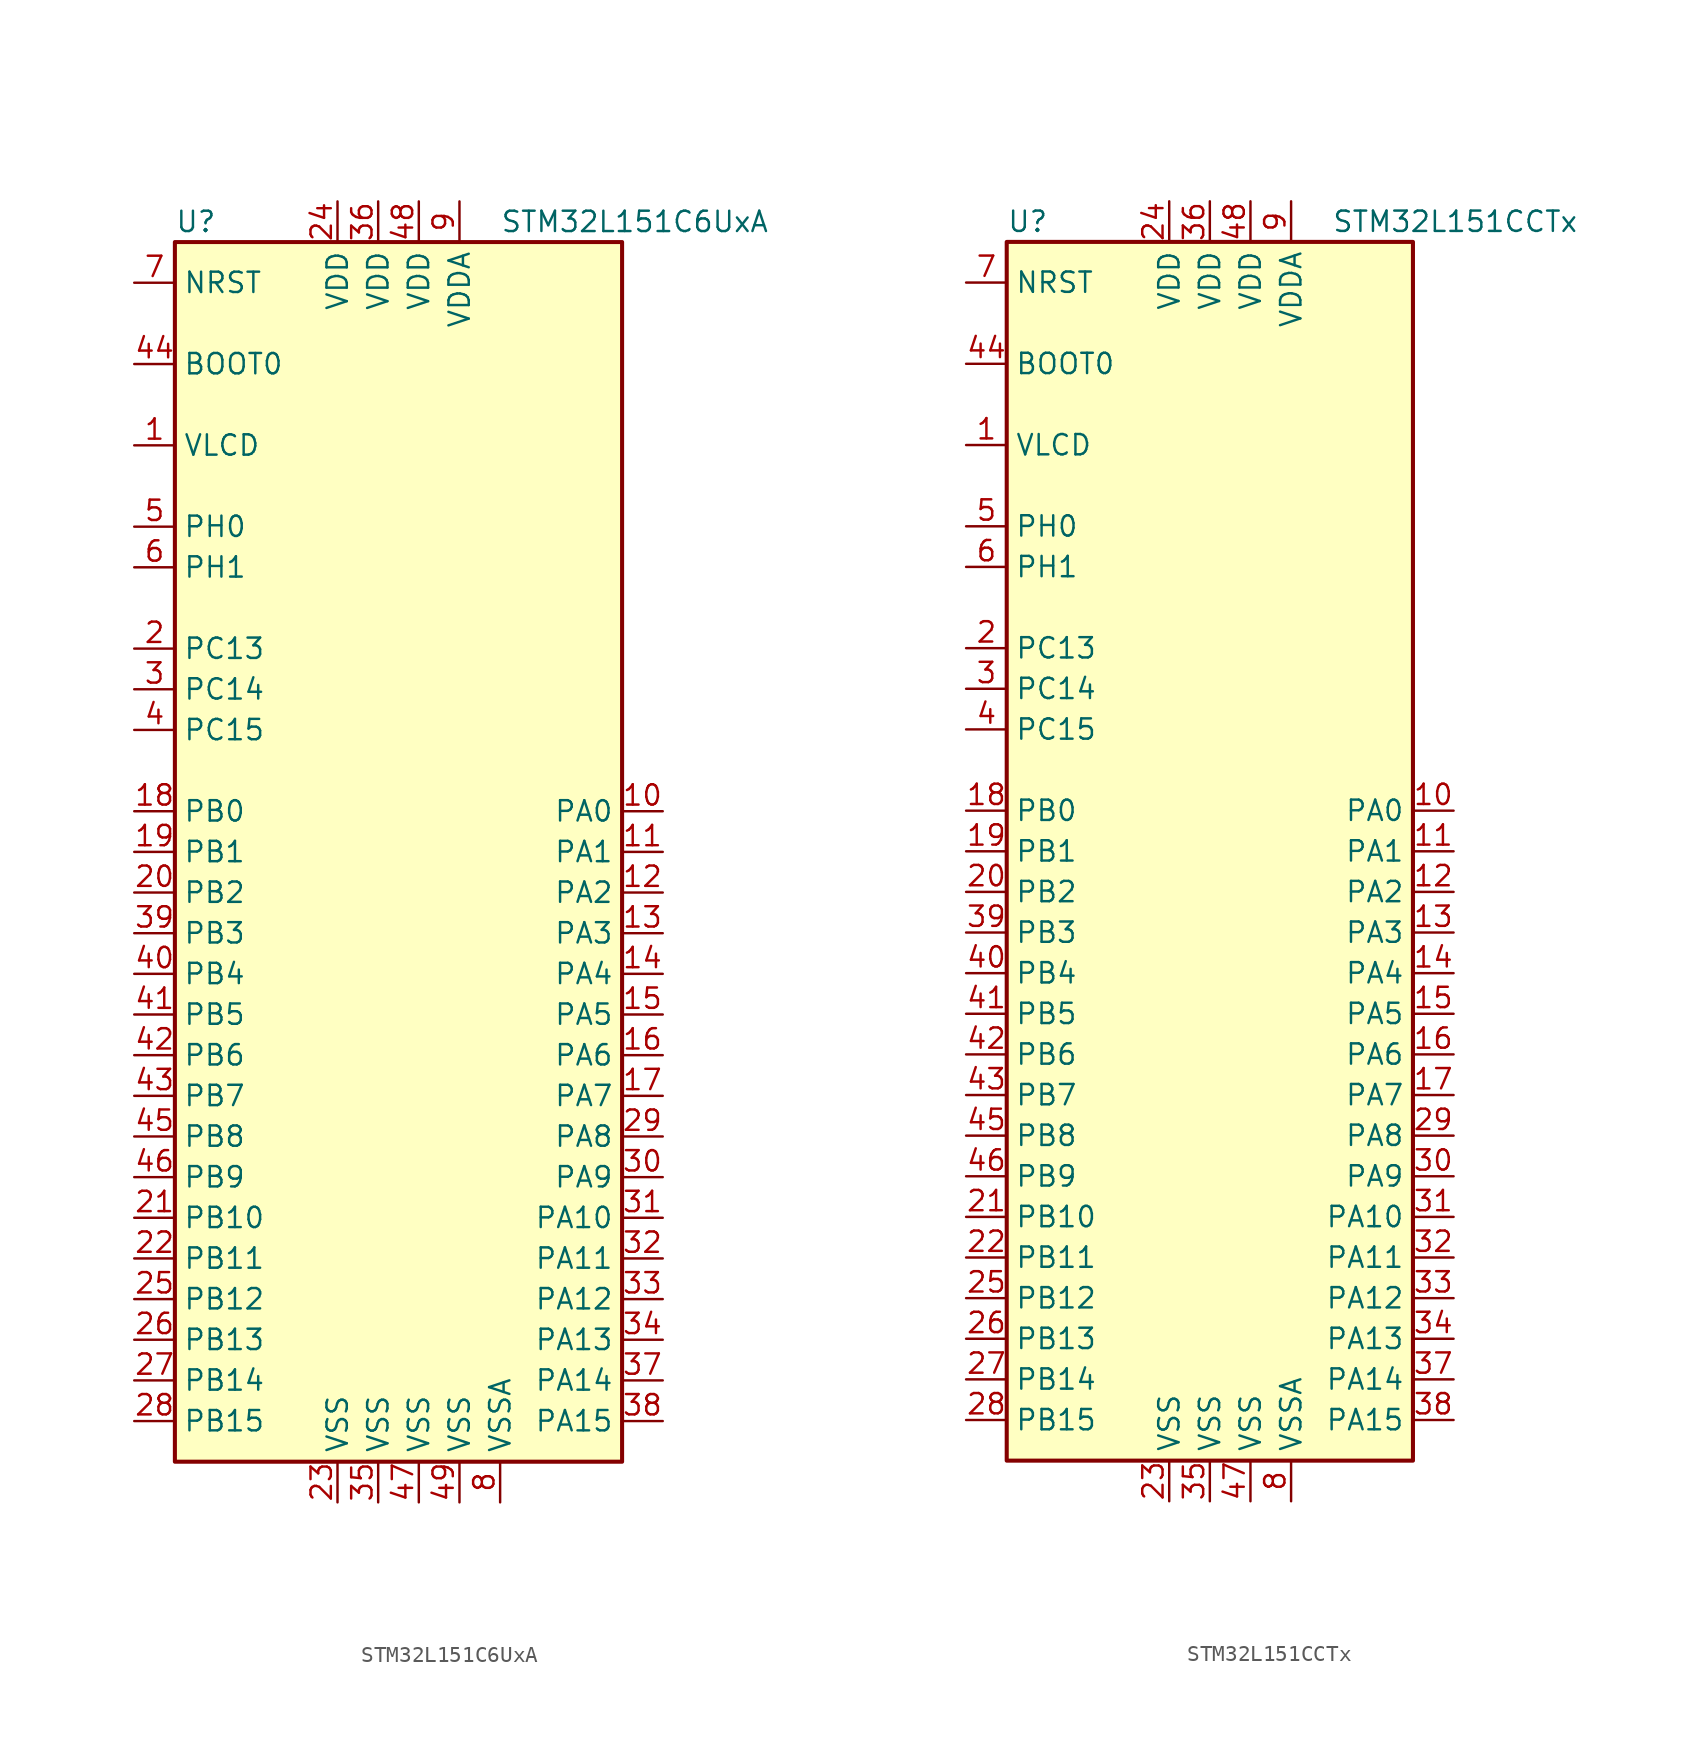
<source format=kicad_sym>
(kicad_symbol_lib
  (version 20201005)
  (generator kicad_symbol_editor)
  (symbol "STM32L151C6UxA"
    (property "Reference" "U"
      (at -15.24 39.37 0)
      (effects (font (size 1.27 1.27)) (justify left)))
    (property "Value" "STM32L151C6UxA"
      (at 5.08 39.37 0)
      (effects (font (size 1.27 1.27)) (justify left)))
    (symbol "STM32L151C6UxA_0_1"
      (rectangle (start -15.24 -38.1) (end 12.7 38.1) (stroke (width 0.254)) (fill (type background))))
    (symbol "STM32L151C6UxA_1_1"
      (pin power_in line (at -17.78 25.4 0) (length 2.54) (name "VLCD" (effects (font (size 1.27 1.27)))) (number "1" (effects (font (size 1.27 1.27)))))
      (pin bidirectional line (at 15.24 2.54 180) (length 2.54) (name "PA0" (effects (font (size 1.27 1.27)))) (number "10" (effects (font (size 1.27 1.27)))))
      (pin bidirectional line (at 15.24 0 180) (length 2.54) (name "PA1" (effects (font (size 1.27 1.27)))) (number "11" (effects (font (size 1.27 1.27)))))
      (pin bidirectional line (at 15.24 -2.54 180) (length 2.54) (name "PA2" (effects (font (size 1.27 1.27)))) (number "12" (effects (font (size 1.27 1.27)))))
      (pin bidirectional line (at 15.24 -5.08 180) (length 2.54) (name "PA3" (effects (font (size 1.27 1.27)))) (number "13" (effects (font (size 1.27 1.27)))))
      (pin bidirectional line (at 15.24 -7.62 180) (length 2.54) (name "PA4" (effects (font (size 1.27 1.27)))) (number "14" (effects (font (size 1.27 1.27)))))
      (pin bidirectional line (at 15.24 -10.16 180) (length 2.54) (name "PA5" (effects (font (size 1.27 1.27)))) (number "15" (effects (font (size 1.27 1.27)))))
      (pin bidirectional line (at 15.24 -12.7 180) (length 2.54) (name "PA6" (effects (font (size 1.27 1.27)))) (number "16" (effects (font (size 1.27 1.27)))))
      (pin bidirectional line (at 15.24 -15.24 180) (length 2.54) (name "PA7" (effects (font (size 1.27 1.27)))) (number "17" (effects (font (size 1.27 1.27)))))
      (pin bidirectional line (at -17.78 2.54 0) (length 2.54) (name "PB0" (effects (font (size 1.27 1.27)))) (number "18" (effects (font (size 1.27 1.27)))))
      (pin bidirectional line (at -17.78 0 0) (length 2.54) (name "PB1" (effects (font (size 1.27 1.27)))) (number "19" (effects (font (size 1.27 1.27)))))
      (pin bidirectional line (at -17.78 12.7 0) (length 2.54) (name "PC13" (effects (font (size 1.27 1.27)))) (number "2" (effects (font (size 1.27 1.27)))))
      (pin bidirectional line (at -17.78 -2.54 0) (length 2.54) (name "PB2" (effects (font (size 1.27 1.27)))) (number "20" (effects (font (size 1.27 1.27)))))
      (pin bidirectional line (at -17.78 -22.86 0) (length 2.54) (name "PB10" (effects (font (size 1.27 1.27)))) (number "21" (effects (font (size 1.27 1.27)))))
      (pin bidirectional line (at -17.78 -25.4 0) (length 2.54) (name "PB11" (effects (font (size 1.27 1.27)))) (number "22" (effects (font (size 1.27 1.27)))))
      (pin power_in line (at -5.08 -40.64 90) (length 2.54) (name "VSS" (effects (font (size 1.27 1.27)))) (number "23" (effects (font (size 1.27 1.27)))))
      (pin power_in line (at -5.08 40.64 270) (length 2.54) (name "VDD" (effects (font (size 1.27 1.27)))) (number "24" (effects (font (size 1.27 1.27)))))
      (pin bidirectional line (at -17.78 -27.94 0) (length 2.54) (name "PB12" (effects (font (size 1.27 1.27)))) (number "25" (effects (font (size 1.27 1.27)))))
      (pin bidirectional line (at -17.78 -30.48 0) (length 2.54) (name "PB13" (effects (font (size 1.27 1.27)))) (number "26" (effects (font (size 1.27 1.27)))))
      (pin bidirectional line (at -17.78 -33.02 0) (length 2.54) (name "PB14" (effects (font (size 1.27 1.27)))) (number "27" (effects (font (size 1.27 1.27)))))
      (pin bidirectional line (at -17.78 -35.56 0) (length 2.54) (name "PB15" (effects (font (size 1.27 1.27)))) (number "28" (effects (font (size 1.27 1.27)))))
      (pin bidirectional line (at 15.24 -17.78 180) (length 2.54) (name "PA8" (effects (font (size 1.27 1.27)))) (number "29" (effects (font (size 1.27 1.27)))))
      (pin bidirectional line (at -17.78 10.16 0) (length 2.54) (name "PC14" (effects (font (size 1.27 1.27)))) (number "3" (effects (font (size 1.27 1.27)))))
      (pin bidirectional line (at 15.24 -20.32 180) (length 2.54) (name "PA9" (effects (font (size 1.27 1.27)))) (number "30" (effects (font (size 1.27 1.27)))))
      (pin bidirectional line (at 15.24 -22.86 180) (length 2.54) (name "PA10" (effects (font (size 1.27 1.27)))) (number "31" (effects (font (size 1.27 1.27)))))
      (pin bidirectional line (at 15.24 -25.4 180) (length 2.54) (name "PA11" (effects (font (size 1.27 1.27)))) (number "32" (effects (font (size 1.27 1.27)))))
      (pin bidirectional line (at 15.24 -27.94 180) (length 2.54) (name "PA12" (effects (font (size 1.27 1.27)))) (number "33" (effects (font (size 1.27 1.27)))))
      (pin bidirectional line (at 15.24 -30.48 180) (length 2.54) (name "PA13" (effects (font (size 1.27 1.27)))) (number "34" (effects (font (size 1.27 1.27)))))
      (pin power_in line (at -2.54 -40.64 90) (length 2.54) (name "VSS" (effects (font (size 1.27 1.27)))) (number "35" (effects (font (size 1.27 1.27)))))
      (pin power_in line (at -2.54 40.64 270) (length 2.54) (name "VDD" (effects (font (size 1.27 1.27)))) (number "36" (effects (font (size 1.27 1.27)))))
      (pin bidirectional line (at 15.24 -33.02 180) (length 2.54) (name "PA14" (effects (font (size 1.27 1.27)))) (number "37" (effects (font (size 1.27 1.27)))))
      (pin bidirectional line (at 15.24 -35.56 180) (length 2.54) (name "PA15" (effects (font (size 1.27 1.27)))) (number "38" (effects (font (size 1.27 1.27)))))
      (pin bidirectional line (at -17.78 -5.08 0) (length 2.54) (name "PB3" (effects (font (size 1.27 1.27)))) (number "39" (effects (font (size 1.27 1.27)))))
      (pin bidirectional line (at -17.78 7.62 0) (length 2.54) (name "PC15" (effects (font (size 1.27 1.27)))) (number "4" (effects (font (size 1.27 1.27)))))
      (pin bidirectional line (at -17.78 -7.62 0) (length 2.54) (name "PB4" (effects (font (size 1.27 1.27)))) (number "40" (effects (font (size 1.27 1.27)))))
      (pin bidirectional line (at -17.78 -10.16 0) (length 2.54) (name "PB5" (effects (font (size 1.27 1.27)))) (number "41" (effects (font (size 1.27 1.27)))))
      (pin bidirectional line (at -17.78 -12.7 0) (length 2.54) (name "PB6" (effects (font (size 1.27 1.27)))) (number "42" (effects (font (size 1.27 1.27)))))
      (pin bidirectional line (at -17.78 -15.24 0) (length 2.54) (name "PB7" (effects (font (size 1.27 1.27)))) (number "43" (effects (font (size 1.27 1.27)))))
      (pin input line (at -17.78 30.48 0) (length 2.54) (name "BOOT0" (effects (font (size 1.27 1.27)))) (number "44" (effects (font (size 1.27 1.27)))))
      (pin bidirectional line (at -17.78 -17.78 0) (length 2.54) (name "PB8" (effects (font (size 1.27 1.27)))) (number "45" (effects (font (size 1.27 1.27)))))
      (pin bidirectional line (at -17.78 -20.32 0) (length 2.54) (name "PB9" (effects (font (size 1.27 1.27)))) (number "46" (effects (font (size 1.27 1.27)))))
      (pin power_in line (at 0 -40.64 90) (length 2.54) (name "VSS" (effects (font (size 1.27 1.27)))) (number "47" (effects (font (size 1.27 1.27)))))
      (pin power_in line (at 0 40.64 270) (length 2.54) (name "VDD" (effects (font (size 1.27 1.27)))) (number "48" (effects (font (size 1.27 1.27)))))
      (pin power_in line (at 2.54 -40.64 90) (length 2.54) (name "VSS" (effects (font (size 1.27 1.27)))) (number "49" (effects (font (size 1.27 1.27)))))
      (pin input line (at -17.78 20.32 0) (length 2.54) (name "PH0" (effects (font (size 1.27 1.27)))) (number "5" (effects (font (size 1.27 1.27)))))
      (pin input line (at -17.78 17.78 0) (length 2.54) (name "PH1" (effects (font (size 1.27 1.27)))) (number "6" (effects (font (size 1.27 1.27)))))
      (pin input line (at -17.78 35.56 0) (length 2.54) (name "NRST" (effects (font (size 1.27 1.27)))) (number "7" (effects (font (size 1.27 1.27)))))
      (pin power_in line (at 5.08 -40.64 90) (length 2.54) (name "VSSA" (effects (font (size 1.27 1.27)))) (number "8" (effects (font (size 1.27 1.27)))))
      (pin power_in line (at 2.54 40.64 270) (length 2.54) (name "VDDA" (effects (font (size 1.27 1.27)))) (number "9" (effects (font (size 1.27 1.27)))))))
  (symbol "STM32L151CCTx"
    (property "Reference" "U"
      (at -12.7 39.37 0)
      (effects (font (size 1.27 1.27)) (justify left)))
    (property "Value" "STM32L151CCTx"
      (at 7.62 39.37 0)
      (effects (font (size 1.27 1.27)) (justify left)))
    (symbol "STM32L151CCTx_0_1"
      (rectangle (start -12.7 -38.1) (end 12.7 38.1) (stroke (width 0.254)) (fill (type background))))
    (symbol "STM32L151CCTx_1_1"
      (pin power_in line (at -15.24 25.4 0) (length 2.54) (name "VLCD" (effects (font (size 1.27 1.27)))) (number "1" (effects (font (size 1.27 1.27)))))
      (pin bidirectional line (at 15.24 2.54 180) (length 2.54) (name "PA0" (effects (font (size 1.27 1.27)))) (number "10" (effects (font (size 1.27 1.27)))))
      (pin bidirectional line (at 15.24 0 180) (length 2.54) (name "PA1" (effects (font (size 1.27 1.27)))) (number "11" (effects (font (size 1.27 1.27)))))
      (pin bidirectional line (at 15.24 -2.54 180) (length 2.54) (name "PA2" (effects (font (size 1.27 1.27)))) (number "12" (effects (font (size 1.27 1.27)))))
      (pin bidirectional line (at 15.24 -5.08 180) (length 2.54) (name "PA3" (effects (font (size 1.27 1.27)))) (number "13" (effects (font (size 1.27 1.27)))))
      (pin bidirectional line (at 15.24 -7.62 180) (length 2.54) (name "PA4" (effects (font (size 1.27 1.27)))) (number "14" (effects (font (size 1.27 1.27)))))
      (pin bidirectional line (at 15.24 -10.16 180) (length 2.54) (name "PA5" (effects (font (size 1.27 1.27)))) (number "15" (effects (font (size 1.27 1.27)))))
      (pin bidirectional line (at 15.24 -12.7 180) (length 2.54) (name "PA6" (effects (font (size 1.27 1.27)))) (number "16" (effects (font (size 1.27 1.27)))))
      (pin bidirectional line (at 15.24 -15.24 180) (length 2.54) (name "PA7" (effects (font (size 1.27 1.27)))) (number "17" (effects (font (size 1.27 1.27)))))
      (pin bidirectional line (at -15.24 2.54 0) (length 2.54) (name "PB0" (effects (font (size 1.27 1.27)))) (number "18" (effects (font (size 1.27 1.27)))))
      (pin bidirectional line (at -15.24 0 0) (length 2.54) (name "PB1" (effects (font (size 1.27 1.27)))) (number "19" (effects (font (size 1.27 1.27)))))
      (pin bidirectional line (at -15.24 12.7 0) (length 2.54) (name "PC13" (effects (font (size 1.27 1.27)))) (number "2" (effects (font (size 1.27 1.27)))))
      (pin bidirectional line (at -15.24 -2.54 0) (length 2.54) (name "PB2" (effects (font (size 1.27 1.27)))) (number "20" (effects (font (size 1.27 1.27)))))
      (pin bidirectional line (at -15.24 -22.86 0) (length 2.54) (name "PB10" (effects (font (size 1.27 1.27)))) (number "21" (effects (font (size 1.27 1.27)))))
      (pin bidirectional line (at -15.24 -25.4 0) (length 2.54) (name "PB11" (effects (font (size 1.27 1.27)))) (number "22" (effects (font (size 1.27 1.27)))))
      (pin power_in line (at -2.54 -40.64 90) (length 2.54) (name "VSS" (effects (font (size 1.27 1.27)))) (number "23" (effects (font (size 1.27 1.27)))))
      (pin power_in line (at -2.54 40.64 270) (length 2.54) (name "VDD" (effects (font (size 1.27 1.27)))) (number "24" (effects (font (size 1.27 1.27)))))
      (pin bidirectional line (at -15.24 -27.94 0) (length 2.54) (name "PB12" (effects (font (size 1.27 1.27)))) (number "25" (effects (font (size 1.27 1.27)))))
      (pin bidirectional line (at -15.24 -30.48 0) (length 2.54) (name "PB13" (effects (font (size 1.27 1.27)))) (number "26" (effects (font (size 1.27 1.27)))))
      (pin bidirectional line (at -15.24 -33.02 0) (length 2.54) (name "PB14" (effects (font (size 1.27 1.27)))) (number "27" (effects (font (size 1.27 1.27)))))
      (pin bidirectional line (at -15.24 -35.56 0) (length 2.54) (name "PB15" (effects (font (size 1.27 1.27)))) (number "28" (effects (font (size 1.27 1.27)))))
      (pin bidirectional line (at 15.24 -17.78 180) (length 2.54) (name "PA8" (effects (font (size 1.27 1.27)))) (number "29" (effects (font (size 1.27 1.27)))))
      (pin bidirectional line (at -15.24 10.16 0) (length 2.54) (name "PC14" (effects (font (size 1.27 1.27)))) (number "3" (effects (font (size 1.27 1.27)))))
      (pin bidirectional line (at 15.24 -20.32 180) (length 2.54) (name "PA9" (effects (font (size 1.27 1.27)))) (number "30" (effects (font (size 1.27 1.27)))))
      (pin bidirectional line (at 15.24 -22.86 180) (length 2.54) (name "PA10" (effects (font (size 1.27 1.27)))) (number "31" (effects (font (size 1.27 1.27)))))
      (pin bidirectional line (at 15.24 -25.4 180) (length 2.54) (name "PA11" (effects (font (size 1.27 1.27)))) (number "32" (effects (font (size 1.27 1.27)))))
      (pin bidirectional line (at 15.24 -27.94 180) (length 2.54) (name "PA12" (effects (font (size 1.27 1.27)))) (number "33" (effects (font (size 1.27 1.27)))))
      (pin bidirectional line (at 15.24 -30.48 180) (length 2.54) (name "PA13" (effects (font (size 1.27 1.27)))) (number "34" (effects (font (size 1.27 1.27)))))
      (pin power_in line (at 0 -40.64 90) (length 2.54) (name "VSS" (effects (font (size 1.27 1.27)))) (number "35" (effects (font (size 1.27 1.27)))))
      (pin power_in line (at 0 40.64 270) (length 2.54) (name "VDD" (effects (font (size 1.27 1.27)))) (number "36" (effects (font (size 1.27 1.27)))))
      (pin bidirectional line (at 15.24 -33.02 180) (length 2.54) (name "PA14" (effects (font (size 1.27 1.27)))) (number "37" (effects (font (size 1.27 1.27)))))
      (pin bidirectional line (at 15.24 -35.56 180) (length 2.54) (name "PA15" (effects (font (size 1.27 1.27)))) (number "38" (effects (font (size 1.27 1.27)))))
      (pin bidirectional line (at -15.24 -5.08 0) (length 2.54) (name "PB3" (effects (font (size 1.27 1.27)))) (number "39" (effects (font (size 1.27 1.27)))))
      (pin bidirectional line (at -15.24 7.62 0) (length 2.54) (name "PC15" (effects (font (size 1.27 1.27)))) (number "4" (effects (font (size 1.27 1.27)))))
      (pin bidirectional line (at -15.24 -7.62 0) (length 2.54) (name "PB4" (effects (font (size 1.27 1.27)))) (number "40" (effects (font (size 1.27 1.27)))))
      (pin bidirectional line (at -15.24 -10.16 0) (length 2.54) (name "PB5" (effects (font (size 1.27 1.27)))) (number "41" (effects (font (size 1.27 1.27)))))
      (pin bidirectional line (at -15.24 -12.7 0) (length 2.54) (name "PB6" (effects (font (size 1.27 1.27)))) (number "42" (effects (font (size 1.27 1.27)))))
      (pin bidirectional line (at -15.24 -15.24 0) (length 2.54) (name "PB7" (effects (font (size 1.27 1.27)))) (number "43" (effects (font (size 1.27 1.27)))))
      (pin input line (at -15.24 30.48 0) (length 2.54) (name "BOOT0" (effects (font (size 1.27 1.27)))) (number "44" (effects (font (size 1.27 1.27)))))
      (pin bidirectional line (at -15.24 -17.78 0) (length 2.54) (name "PB8" (effects (font (size 1.27 1.27)))) (number "45" (effects (font (size 1.27 1.27)))))
      (pin bidirectional line (at -15.24 -20.32 0) (length 2.54) (name "PB9" (effects (font (size 1.27 1.27)))) (number "46" (effects (font (size 1.27 1.27)))))
      (pin power_in line (at 2.54 -40.64 90) (length 2.54) (name "VSS" (effects (font (size 1.27 1.27)))) (number "47" (effects (font (size 1.27 1.27)))))
      (pin power_in line (at 2.54 40.64 270) (length 2.54) (name "VDD" (effects (font (size 1.27 1.27)))) (number "48" (effects (font (size 1.27 1.27)))))
      (pin input line (at -15.24 20.32 0) (length 2.54) (name "PH0" (effects (font (size 1.27 1.27)))) (number "5" (effects (font (size 1.27 1.27)))))
      (pin input line (at -15.24 17.78 0) (length 2.54) (name "PH1" (effects (font (size 1.27 1.27)))) (number "6" (effects (font (size 1.27 1.27)))))
      (pin input line (at -15.24 35.56 0) (length 2.54) (name "NRST" (effects (font (size 1.27 1.27)))) (number "7" (effects (font (size 1.27 1.27)))))
      (pin power_in line (at 5.08 -40.64 90) (length 2.54) (name "VSSA" (effects (font (size 1.27 1.27)))) (number "8" (effects (font (size 1.27 1.27)))))
      (pin power_in line (at 5.08 40.64 270) (length 2.54) (name "VDDA" (effects (font (size 1.27 1.27)))) (number "9" (effects (font (size 1.27 1.27))))))))
</source>
